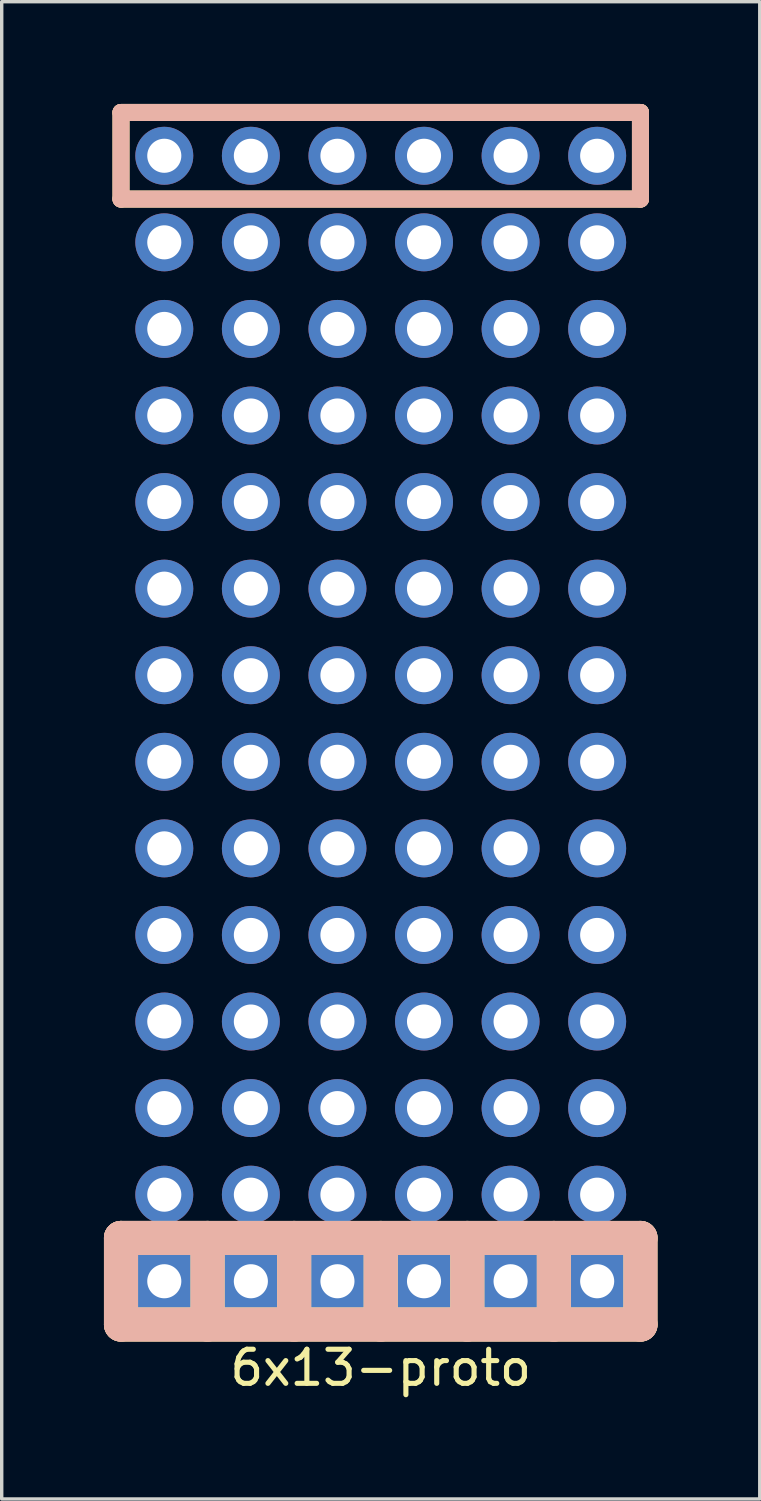
<source format=kicad_pcb>
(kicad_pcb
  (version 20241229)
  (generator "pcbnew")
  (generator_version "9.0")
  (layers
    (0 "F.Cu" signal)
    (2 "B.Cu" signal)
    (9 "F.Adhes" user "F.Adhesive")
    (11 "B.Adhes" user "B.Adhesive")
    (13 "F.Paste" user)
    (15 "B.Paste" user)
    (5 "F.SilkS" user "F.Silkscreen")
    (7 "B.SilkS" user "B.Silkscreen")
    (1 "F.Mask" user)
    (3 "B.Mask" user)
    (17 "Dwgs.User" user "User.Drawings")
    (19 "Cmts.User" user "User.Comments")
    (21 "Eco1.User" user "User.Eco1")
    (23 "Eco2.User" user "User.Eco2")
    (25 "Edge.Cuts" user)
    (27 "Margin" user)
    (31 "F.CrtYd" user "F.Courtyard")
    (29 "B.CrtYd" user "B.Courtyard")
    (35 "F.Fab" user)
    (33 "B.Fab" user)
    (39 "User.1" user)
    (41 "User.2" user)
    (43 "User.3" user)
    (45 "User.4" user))
  (footprint "6x13-proto"
    (layer "F.Cu")
    (at 8.12 18.03)
    (property "Reference" "6x13-proto" (at 0 19.05 0) (layer "F.SilkS") (effects (font (size 1 1) (thickness 0.15))))
    (attr through_hole)
    (fp_line (start -7.62 -17.78) (end 7.62 -17.78) (stroke (width 0.5) (type solid)) (layer "F.SilkS"))
    (fp_line (start -7.62 -15.24) (end -7.62 -17.78) (stroke (width 0.5) (type solid)) (layer "F.SilkS"))
    (fp_line (start -7.62 15.24) (end 7.62 15.24) (stroke (width 1) (type solid)) (layer "F.SilkS"))
    (fp_line (start -7.62 17.78) (end -7.62 15.24) (stroke (width 1) (type solid)) (layer "F.SilkS"))
    (fp_line (start -5.08 15.24) (end -5.08 17.78) (stroke (width 1) (type solid)) (layer "F.SilkS"))
    (fp_line (start -2.54 15.24) (end -2.54 17.78) (stroke (width 1) (type solid)) (layer "F.SilkS"))
    (fp_line (start 0 15.24) (end 0 17.78) (stroke (width 1) (type solid)) (layer "F.SilkS"))
    (fp_line (start 2.54 15.24) (end 2.54 17.78) (stroke (width 1) (type solid)) (layer "F.SilkS"))
    (fp_line (start 5.08 15.24) (end 5.08 17.78) (stroke (width 1) (type solid)) (layer "F.SilkS"))
    (fp_line (start 7.62 -17.78) (end 7.62 -15.24) (stroke (width 0.5) (type solid)) (layer "F.SilkS"))
    (fp_line (start 7.62 -15.24) (end -7.62 -15.24) (stroke (width 0.5) (type solid)) (layer "F.SilkS"))
    (fp_line (start 7.62 15.24) (end 7.62 17.78) (stroke (width 1) (type solid)) (layer "F.SilkS"))
    (fp_line (start 7.62 17.78) (end -7.62 17.78) (stroke (width 1) (type solid)) (layer "F.SilkS"))
    (fp_line (start -7.62 -17.78) (end 7.62 -17.78) (stroke (width 0.5) (type solid)) (layer "B.SilkS"))
    (fp_line (start -7.62 -15.24) (end -7.62 -17.78) (stroke (width 0.5) (type solid)) (layer "B.SilkS"))
    (fp_line (start -7.62 15.24) (end -7.62 17.78) (stroke (width 1) (type solid)) (layer "B.SilkS"))
    (fp_line (start -7.62 15.24) (end -5.08 15.24) (stroke (width 1) (type solid)) (layer "B.SilkS"))
    (fp_line (start -7.62 17.78) (end 7.62 17.78) (stroke (width 1) (type solid)) (layer "B.SilkS"))
    (fp_line (start -5.08 15.24) (end -5.08 17.78) (stroke (width 1) (type solid)) (layer "B.SilkS"))
    (fp_line (start -2.54 15.24) (end -2.54 17.78) (stroke (width 1) (type solid)) (layer "B.SilkS"))
    (fp_line (start 0 15.24) (end 0 17.78) (stroke (width 1) (type solid)) (layer "B.SilkS"))
    (fp_line (start 2.54 15.24) (end 2.54 17.78) (stroke (width 1) (type solid)) (layer "B.SilkS"))
    (fp_line (start 5.08 15.24) (end 5.08 17.78) (stroke (width 1) (type solid)) (layer "B.SilkS"))
    (fp_line (start 7.62 -17.78) (end 7.62 -15.24) (stroke (width 0.5) (type solid)) (layer "B.SilkS"))
    (fp_line (start 7.62 -15.24) (end -7.62 -15.24) (stroke (width 0.5) (type solid)) (layer "B.SilkS"))
    (fp_line (start 7.62 15.24) (end -7.62 15.24) (stroke (width 1) (type solid)) (layer "B.SilkS"))
    (fp_line (start 7.62 17.78) (end 7.62 15.24) (stroke (width 1) (type solid)) (layer "B.SilkS"))
    (pad "" thru_hole circle (at -6.35 -13.97) (size 1.7 1.7) (drill 1) (layers "*.Cu" "*.Mask"))
    (pad "" thru_hole circle (at -6.35 -11.43) (size 1.7 1.7) (drill 1) (layers "*.Cu" "*.Mask"))
    (pad "" thru_hole circle (at -6.35 -8.89) (size 1.7 1.7) (drill 1) (layers "*.Cu" "*.Mask"))
    (pad "" thru_hole circle (at -6.35 -6.35) (size 1.7 1.7) (drill 1) (layers "*.Cu" "*.Mask"))
    (pad "" thru_hole circle (at -6.35 -3.81) (size 1.7 1.7) (drill 1) (layers "*.Cu" "*.Mask"))
    (pad "" thru_hole circle (at -6.35 -1.27) (size 1.7 1.7) (drill 1) (layers "*.Cu" "*.Mask"))
    (pad "" thru_hole circle (at -6.35 1.27) (size 1.7 1.7) (drill 1) (layers "*.Cu" "*.Mask"))
    (pad "" thru_hole circle (at -6.35 3.81) (size 1.7 1.7) (drill 1) (layers "*.Cu" "*.Mask"))
    (pad "" thru_hole circle (at -6.35 6.35) (size 1.7 1.7) (drill 1) (layers "*.Cu" "*.Mask"))
    (pad "" thru_hole circle (at -6.35 8.89) (size 1.7 1.7) (drill 1) (layers "*.Cu" "*.Mask"))
    (pad "" thru_hole circle (at -6.35 11.43) (size 1.7 1.7) (drill 1) (layers "*.Cu" "*.Mask"))
    (pad "" thru_hole circle (at -6.35 13.97) (size 1.7 1.7) (drill 1) (layers "*.Cu" "*.Mask"))
    (pad "" thru_hole circle (at -3.81 -13.97) (size 1.7 1.7) (drill 1) (layers "*.Cu" "*.Mask"))
    (pad "" thru_hole circle (at -3.81 -11.43) (size 1.7 1.7) (drill 1) (layers "*.Cu" "*.Mask"))
    (pad "" thru_hole circle (at -3.81 -8.89) (size 1.7 1.7) (drill 1) (layers "*.Cu" "*.Mask"))
    (pad "" thru_hole circle (at -3.81 -6.35) (size 1.7 1.7) (drill 1) (layers "*.Cu" "*.Mask"))
    (pad "" thru_hole circle (at -3.81 -3.81) (size 1.7 1.7) (drill 1) (layers "*.Cu" "*.Mask"))
    (pad "" thru_hole circle (at -3.81 -1.27) (size 1.7 1.7) (drill 1) (layers "*.Cu" "*.Mask"))
    (pad "" thru_hole circle (at -3.81 1.27) (size 1.7 1.7) (drill 1) (layers "*.Cu" "*.Mask"))
    (pad "" thru_hole circle (at -3.81 3.81) (size 1.7 1.7) (drill 1) (layers "*.Cu" "*.Mask"))
    (pad "" thru_hole circle (at -3.81 6.35) (size 1.7 1.7) (drill 1) (layers "*.Cu" "*.Mask"))
    (pad "" thru_hole circle (at -3.81 8.89) (size 1.7 1.7) (drill 1) (layers "*.Cu" "*.Mask"))
    (pad "" thru_hole circle (at -3.81 11.43) (size 1.7 1.7) (drill 1) (layers "*.Cu" "*.Mask"))
    (pad "" thru_hole circle (at -3.81 13.97) (size 1.7 1.7) (drill 1) (layers "*.Cu" "*.Mask"))
    (pad "" thru_hole circle (at -1.27 -13.97) (size 1.7 1.7) (drill 1) (layers "*.Cu" "*.Mask"))
    (pad "" thru_hole circle (at -1.27 -11.43) (size 1.7 1.7) (drill 1) (layers "*.Cu" "*.Mask"))
    (pad "" thru_hole circle (at -1.27 -8.89) (size 1.7 1.7) (drill 1) (layers "*.Cu" "*.Mask"))
    (pad "" thru_hole circle (at -1.27 -6.35) (size 1.7 1.7) (drill 1) (layers "*.Cu" "*.Mask"))
    (pad "" thru_hole circle (at -1.27 -3.81) (size 1.7 1.7) (drill 1) (layers "*.Cu" "*.Mask"))
    (pad "" thru_hole circle (at -1.27 -1.27) (size 1.7 1.7) (drill 1) (layers "*.Cu" "*.Mask"))
    (pad "" thru_hole circle (at -1.27 1.27) (size 1.7 1.7) (drill 1) (layers "*.Cu" "*.Mask"))
    (pad "" thru_hole circle (at -1.27 3.81) (size 1.7 1.7) (drill 1) (layers "*.Cu" "*.Mask"))
    (pad "" thru_hole circle (at -1.27 6.35) (size 1.7 1.7) (drill 1) (layers "*.Cu" "*.Mask"))
    (pad "" thru_hole circle (at -1.27 8.89) (size 1.7 1.7) (drill 1) (layers "*.Cu" "*.Mask"))
    (pad "" thru_hole circle (at -1.27 11.43) (size 1.7 1.7) (drill 1) (layers "*.Cu" "*.Mask"))
    (pad "" thru_hole circle (at -1.27 13.97) (size 1.7 1.7) (drill 1) (layers "*.Cu" "*.Mask"))
    (pad "" thru_hole circle (at 1.27 -13.97) (size 1.7 1.7) (drill 1) (layers "*.Cu" "*.Mask"))
    (pad "" thru_hole circle (at 1.27 -11.43) (size 1.7 1.7) (drill 1) (layers "*.Cu" "*.Mask"))
    (pad "" thru_hole circle (at 1.27 -8.89) (size 1.7 1.7) (drill 1) (layers "*.Cu" "*.Mask"))
    (pad "" thru_hole circle (at 1.27 -6.35) (size 1.7 1.7) (drill 1) (layers "*.Cu" "*.Mask"))
    (pad "" thru_hole circle (at 1.27 -3.81) (size 1.7 1.7) (drill 1) (layers "*.Cu" "*.Mask"))
    (pad "" thru_hole circle (at 1.27 -1.27) (size 1.7 1.7) (drill 1) (layers "*.Cu" "*.Mask"))
    (pad "" thru_hole circle (at 1.27 1.27) (size 1.7 1.7) (drill 1) (layers "*.Cu" "*.Mask"))
    (pad "" thru_hole circle (at 1.27 3.81) (size 1.7 1.7) (drill 1) (layers "*.Cu" "*.Mask"))
    (pad "" thru_hole circle (at 1.27 6.35) (size 1.7 1.7) (drill 1) (layers "*.Cu" "*.Mask"))
    (pad "" thru_hole circle (at 1.27 8.89) (size 1.7 1.7) (drill 1) (layers "*.Cu" "*.Mask"))
    (pad "" thru_hole circle (at 1.27 11.43) (size 1.7 1.7) (drill 1) (layers "*.Cu" "*.Mask"))
    (pad "" thru_hole circle (at 1.27 13.97) (size 1.7 1.7) (drill 1) (layers "*.Cu" "*.Mask"))
    (pad "" thru_hole circle (at 3.81 -13.97) (size 1.7 1.7) (drill 1) (layers "*.Cu" "*.Mask"))
    (pad "" thru_hole circle (at 3.81 -11.43) (size 1.7 1.7) (drill 1) (layers "*.Cu" "*.Mask"))
    (pad "" thru_hole circle (at 3.81 -8.89) (size 1.7 1.7) (drill 1) (layers "*.Cu" "*.Mask"))
    (pad "" thru_hole circle (at 3.81 -6.35) (size 1.7 1.7) (drill 1) (layers "*.Cu" "*.Mask"))
    (pad "" thru_hole circle (at 3.81 -3.81) (size 1.7 1.7) (drill 1) (layers "*.Cu" "*.Mask"))
    (pad "" thru_hole circle (at 3.81 -1.27) (size 1.7 1.7) (drill 1) (layers "*.Cu" "*.Mask"))
    (pad "" thru_hole circle (at 3.81 1.27) (size 1.7 1.7) (drill 1) (layers "*.Cu" "*.Mask"))
    (pad "" thru_hole circle (at 3.81 3.81) (size 1.7 1.7) (drill 1) (layers "*.Cu" "*.Mask"))
    (pad "" thru_hole circle (at 3.81 6.35) (size 1.7 1.7) (drill 1) (layers "*.Cu" "*.Mask"))
    (pad "" thru_hole circle (at 3.81 8.89) (size 1.7 1.7) (drill 1) (layers "*.Cu" "*.Mask"))
    (pad "" thru_hole circle (at 3.81 11.43) (size 1.7 1.7) (drill 1) (layers "*.Cu" "*.Mask"))
    (pad "" thru_hole circle (at 3.81 13.97) (size 1.7 1.7) (drill 1) (layers "*.Cu" "*.Mask"))
    (pad "1" thru_hole circle (at -6.35 -16.51) (size 1.7 1.7) (drill 1) (layers "*.Cu" "*.Mask"))
    (pad "1" thru_hole circle (at -3.81 -16.51) (size 1.7 1.7) (drill 1) (layers "*.Cu" "*.Mask"))
    (pad "1" thru_hole circle (at -1.27 -16.51) (size 1.7 1.7) (drill 1) (layers "*.Cu" "*.Mask"))
    (pad "1" thru_hole circle (at 1.27 -16.51) (size 1.7 1.7) (drill 1) (layers "*.Cu" "*.Mask"))
    (pad "1" thru_hole circle (at 3.81 -16.51) (size 1.7 1.7) (drill 1) (layers "*.Cu" "*.Mask"))
    (pad "1" thru_hole circle (at 6.35 -16.51) (size 1.7 1.7) (drill 1) (layers "*.Cu" "*.Mask"))
    (pad "2" thru_hole circle (at 6.35 -13.97) (size 1.7 1.7) (drill 1) (layers "*.Cu" "*.Mask"))
    (pad "3" thru_hole circle (at 6.35 -11.43) (size 1.7 1.7) (drill 1) (layers "*.Cu" "*.Mask"))
    (pad "4" thru_hole circle (at 6.35 -8.89) (size 1.7 1.7) (drill 1) (layers "*.Cu" "*.Mask"))
    (pad "5" thru_hole circle (at 6.35 -6.35) (size 1.7 1.7) (drill 1) (layers "*.Cu" "*.Mask"))
    (pad "6" thru_hole circle (at 6.35 -3.81) (size 1.7 1.7) (drill 1) (layers "*.Cu" "*.Mask"))
    (pad "7" thru_hole circle (at 6.35 -1.27) (size 1.7 1.7) (drill 1) (layers "*.Cu" "*.Mask"))
    (pad "8" thru_hole circle (at 6.35 1.27) (size 1.7 1.7) (drill 1) (layers "*.Cu" "*.Mask"))
    (pad "9" thru_hole circle (at 6.35 3.81) (size 1.7 1.7) (drill 1) (layers "*.Cu" "*.Mask"))
    (pad "10" thru_hole circle (at 6.35 6.35) (size 1.7 1.7) (drill 1) (layers "*.Cu" "*.Mask"))
    (pad "11" thru_hole circle (at 6.35 8.89) (size 1.7 1.7) (drill 1) (layers "*.Cu" "*.Mask"))
    (pad "12" thru_hole circle (at 6.35 11.43) (size 1.7 1.7) (drill 1) (layers "*.Cu" "*.Mask"))
    (pad "13" thru_hole circle (at 6.35 13.97) (size 1.7 1.7) (drill 1) (layers "*.Cu" "*.Mask"))
    (pad "14" thru_hole rect (at -6.35 16.51) (size 1.7 1.7) (drill 1) (layers "*.Cu" "*.Mask"))
    (pad "14" thru_hole rect (at -3.81 16.51) (size 1.7 1.7) (drill 1) (layers "*.Cu" "*.Mask"))
    (pad "14" thru_hole rect (at -1.27 16.51) (size 1.7 1.7) (drill 1) (layers "*.Cu" "*.Mask"))
    (pad "14" thru_hole rect (at 1.27 16.51) (size 1.7 1.7) (drill 1) (layers "*.Cu" "*.Mask"))
    (pad "14" thru_hole rect (at 3.81 16.51) (size 1.7 1.7) (drill 1) (layers "*.Cu" "*.Mask"))
    (pad "14" thru_hole rect (at 6.35 16.51) (size 1.7 1.7) (drill 1) (layers "*.Cu" "*.Mask")))
  (gr_rect
    (start -3 -3)
    (end 19.24 40.928)
    (stroke (width 0.1) (type default))
    (fill no)
    (layer "Edge.Cuts")))
</source>
